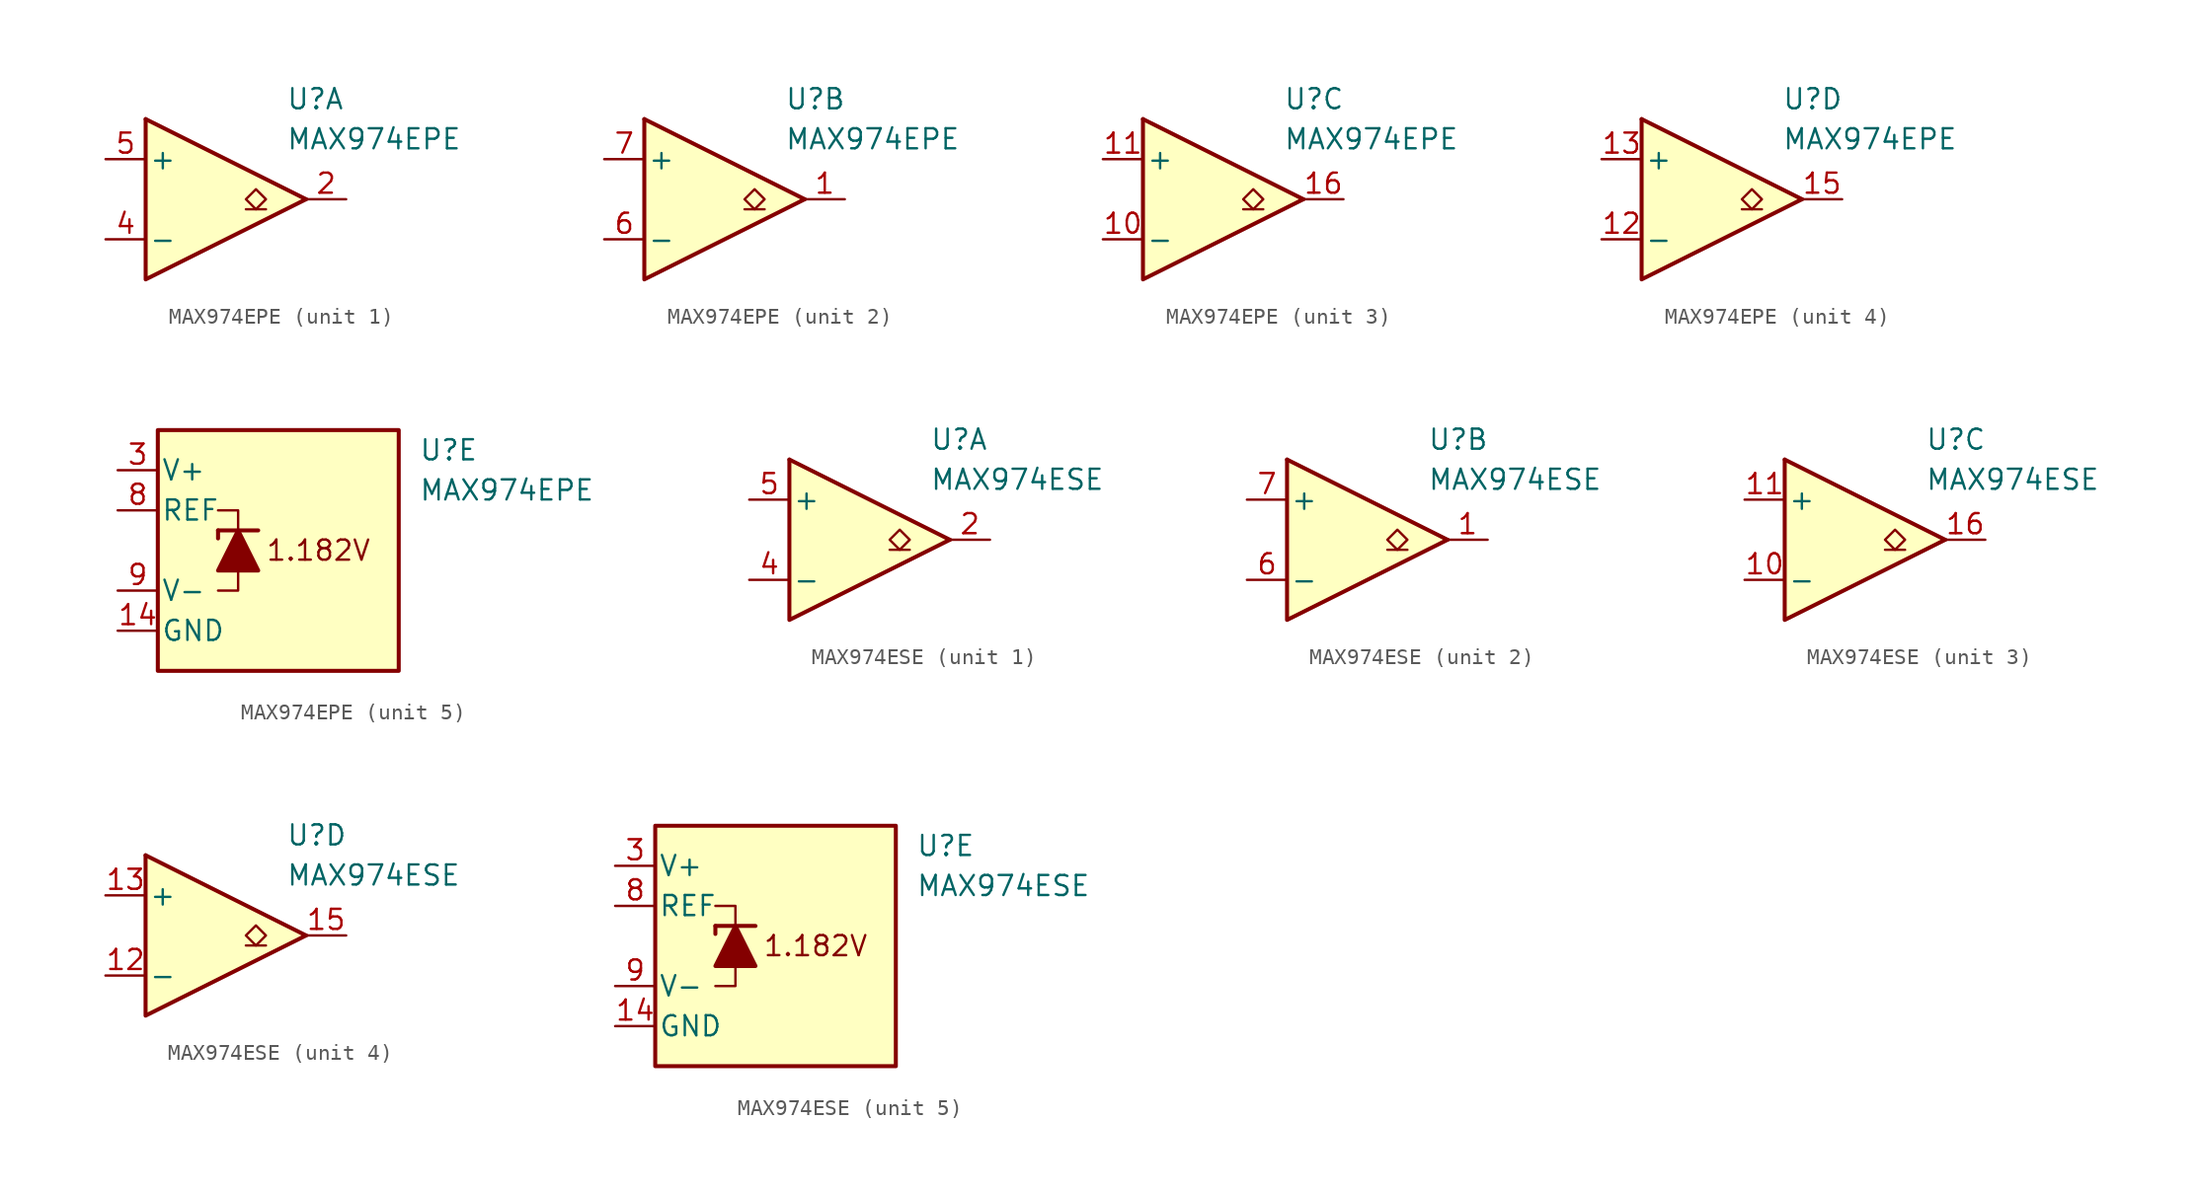
<source format=kicad_sym>
(kicad_symbol_lib
  (version 20211014)
  (generator kicad_symbol_editor)
  (symbol "MAX974EPE"
    (pin_names
      (offset 0.2))
    (property "Reference" "U"
      (at 5.08 6.35 0)
      (effects (font (size 1.27 1.27)) (justify left)))
    (property "Value" "MAX974EPE"
      (at 5.08 3.81 0)
      (effects (font (size 1.27 1.27)) (justify left)))
    (property "ki_locked" ""
      (at 0 0 0)
      (effects (font (size 1.27 1.27))))
    (symbol "MAX974EPE_1_1"
      (polyline (pts (xy -3.81 5.08) (xy 6.35 0)) (stroke (width 0.254) (type default) (color 0 0 0 0)) (fill (type none)))
      (polyline (pts (xy 3.81 -0.635) (xy 2.54 -0.635)) (stroke (width 0.152) (type default) (color 0 0 0 0)) (fill (type none)))
      (polyline (pts (xy -3.81 5.08) (xy -3.81 -5.08) (xy 6.35 0)) (stroke (width 0.254) (type default) (color 0 0 0 0)) (fill (type background)))
      (polyline (pts (xy 3.175 -0.635) (xy 2.54 0) (xy 3.175 0.635) (xy 3.81 0) (xy 3.175 -0.635)) (stroke (width 0.152) (type default) (color 0 0 0 0)) (fill (type none)))
      (pin output line (at 8.89 0 180) (length 2.54) (name "~" (effects (font (size 1.27 1.27)))) (number "2" (effects (font (size 1.27 1.27)))))
      (pin input line (at -6.35 -2.54 0) (length 2.54) (name "-" (effects (font (size 1.27 1.27)))) (number "4" (effects (font (size 1.27 1.27)))))
      (pin input line (at -6.35 2.54 0) (length 2.54) (name "+" (effects (font (size 1.27 1.27)))) (number "5" (effects (font (size 1.27 1.27))))))
    (symbol "MAX974EPE_2_1"
      (polyline (pts (xy -3.81 5.08) (xy 6.35 0)) (stroke (width 0.254) (type default) (color 0 0 0 0)) (fill (type none)))
      (polyline (pts (xy 3.81 -0.635) (xy 2.54 -0.635)) (stroke (width 0.152) (type default) (color 0 0 0 0)) (fill (type none)))
      (polyline (pts (xy -3.81 5.08) (xy -3.81 -5.08) (xy 6.35 0)) (stroke (width 0.254) (type default) (color 0 0 0 0)) (fill (type background)))
      (polyline (pts (xy 3.175 -0.635) (xy 2.54 0) (xy 3.175 0.635) (xy 3.81 0) (xy 3.175 -0.635)) (stroke (width 0.152) (type default) (color 0 0 0 0)) (fill (type none)))
      (pin output line (at 8.89 0 180) (length 2.54) (name "~" (effects (font (size 1.27 1.27)))) (number "1" (effects (font (size 1.27 1.27)))))
      (pin input line (at -6.35 -2.54 0) (length 2.54) (name "-" (effects (font (size 1.27 1.27)))) (number "6" (effects (font (size 1.27 1.27)))))
      (pin input line (at -6.35 2.54 0) (length 2.54) (name "+" (effects (font (size 1.27 1.27)))) (number "7" (effects (font (size 1.27 1.27))))))
    (symbol "MAX974EPE_3_1"
      (polyline (pts (xy -3.81 5.08) (xy 6.35 0)) (stroke (width 0.254) (type default) (color 0 0 0 0)) (fill (type none)))
      (polyline (pts (xy 3.81 -0.635) (xy 2.54 -0.635)) (stroke (width 0.152) (type default) (color 0 0 0 0)) (fill (type none)))
      (polyline (pts (xy -3.81 5.08) (xy -3.81 -5.08) (xy 6.35 0)) (stroke (width 0.254) (type default) (color 0 0 0 0)) (fill (type background)))
      (polyline (pts (xy 3.175 -0.635) (xy 2.54 0) (xy 3.175 0.635) (xy 3.81 0) (xy 3.175 -0.635)) (stroke (width 0.152) (type default) (color 0 0 0 0)) (fill (type none)))
      (pin input line (at -6.35 -2.54 0) (length 2.54) (name "-" (effects (font (size 1.27 1.27)))) (number "10" (effects (font (size 1.27 1.27)))))
      (pin input line (at -6.35 2.54 0) (length 2.54) (name "+" (effects (font (size 1.27 1.27)))) (number "11" (effects (font (size 1.27 1.27)))))
      (pin output line (at 8.89 0 180) (length 2.54) (name "~" (effects (font (size 1.27 1.27)))) (number "16" (effects (font (size 1.27 1.27))))))
    (symbol "MAX974EPE_4_1"
      (polyline (pts (xy -3.81 5.08) (xy 6.35 0)) (stroke (width 0.254) (type default) (color 0 0 0 0)) (fill (type none)))
      (polyline (pts (xy 3.81 -0.635) (xy 2.54 -0.635)) (stroke (width 0.152) (type default) (color 0 0 0 0)) (fill (type none)))
      (polyline (pts (xy -3.81 5.08) (xy -3.81 -5.08) (xy 6.35 0)) (stroke (width 0.254) (type default) (color 0 0 0 0)) (fill (type background)))
      (polyline (pts (xy 3.175 -0.635) (xy 2.54 0) (xy 3.175 0.635) (xy 3.81 0) (xy 3.175 -0.635)) (stroke (width 0.152) (type default) (color 0 0 0 0)) (fill (type none)))
      (pin input line (at -6.35 -2.54 0) (length 2.54) (name "-" (effects (font (size 1.27 1.27)))) (number "12" (effects (font (size 1.27 1.27)))))
      (pin input line (at -6.35 2.54 0) (length 2.54) (name "+" (effects (font (size 1.27 1.27)))) (number "13" (effects (font (size 1.27 1.27)))))
      (pin output line (at 8.89 0 180) (length 2.54) (name "~" (effects (font (size 1.27 1.27)))) (number "15" (effects (font (size 1.27 1.27))))))
    (symbol "MAX974EPE_5_0"
      (text "1.182V" (at -1.27 0 0) (effects (font (size 1.27 1.27)))))
    (symbol "MAX974EPE_5_1"
      (rectangle (start -11.43 7.62) (end 3.81 -7.62) (stroke (width 0.254) (type default) (color 0 0 0 0)) (fill (type background)))
      (polyline (pts (xy -7.62 1.27) (xy -7.62 0.762)) (stroke (width 0.254) (type default) (color 0 0 0 0)) (fill (type none)))
      (polyline (pts (xy -7.62 1.27) (xy -5.08 1.27)) (stroke (width 0.254) (type default) (color 0 0 0 0)) (fill (type none)))
      (polyline (pts (xy -6.35 -1.27) (xy -6.35 -2.54) (xy -7.62 -2.54)) (stroke (width 0) (type default) (color 0 0 0 0)) (fill (type none)))
      (polyline (pts (xy -6.35 1.27) (xy -6.35 2.54) (xy -7.62 2.54)) (stroke (width 0) (type default) (color 0 0 0 0)) (fill (type none)))
      (polyline (pts (xy -5.08 -1.27) (xy -7.62 -1.27) (xy -6.35 1.27) (xy -5.08 -1.27)) (stroke (width 0.254) (type default) (color 0 0 0 0)) (fill (type outline)))
      (pin power_in line (at -13.97 -5.08 0) (length 2.54) (name "GND" (effects (font (size 1.27 1.27)))) (number "14" (effects (font (size 1.27 1.27)))))
      (pin power_in line (at -13.97 5.08 0) (length 2.54) (name "V+" (effects (font (size 1.27 1.27)))) (number "3" (effects (font (size 1.27 1.27)))))
      (pin output line (at -13.97 2.54 0) (length 2.54) (name "REF" (effects (font (size 1.27 1.27)))) (number "8" (effects (font (size 1.27 1.27)))))
      (pin power_in line (at -13.97 -2.54 0) (length 2.54) (name "V-" (effects (font (size 1.27 1.27)))) (number "9" (effects (font (size 1.27 1.27)))))))
  (symbol "MAX974ESE"
    (pin_names
      (offset 0.2))
    (property "Reference" "U"
      (at 5.08 6.35 0)
      (effects (font (size 1.27 1.27)) (justify left)))
    (property "Value" "MAX974ESE"
      (at 5.08 3.81 0)
      (effects (font (size 1.27 1.27)) (justify left)))
    (property "ki_locked" ""
      (at 0 0 0)
      (effects (font (size 1.27 1.27))))
    (symbol "MAX974ESE_1_1"
      (polyline (pts (xy -3.81 5.08) (xy 6.35 0)) (stroke (width 0.254) (type default) (color 0 0 0 0)) (fill (type none)))
      (polyline (pts (xy 3.81 -0.635) (xy 2.54 -0.635)) (stroke (width 0.152) (type default) (color 0 0 0 0)) (fill (type none)))
      (polyline (pts (xy -3.81 5.08) (xy -3.81 -5.08) (xy 6.35 0)) (stroke (width 0.254) (type default) (color 0 0 0 0)) (fill (type background)))
      (polyline (pts (xy 3.175 -0.635) (xy 2.54 0) (xy 3.175 0.635) (xy 3.81 0) (xy 3.175 -0.635)) (stroke (width 0.152) (type default) (color 0 0 0 0)) (fill (type none)))
      (pin output line (at 8.89 0 180) (length 2.54) (name "~" (effects (font (size 1.27 1.27)))) (number "2" (effects (font (size 1.27 1.27)))))
      (pin input line (at -6.35 -2.54 0) (length 2.54) (name "-" (effects (font (size 1.27 1.27)))) (number "4" (effects (font (size 1.27 1.27)))))
      (pin input line (at -6.35 2.54 0) (length 2.54) (name "+" (effects (font (size 1.27 1.27)))) (number "5" (effects (font (size 1.27 1.27))))))
    (symbol "MAX974ESE_2_1"
      (polyline (pts (xy -3.81 5.08) (xy 6.35 0)) (stroke (width 0.254) (type default) (color 0 0 0 0)) (fill (type none)))
      (polyline (pts (xy 3.81 -0.635) (xy 2.54 -0.635)) (stroke (width 0.152) (type default) (color 0 0 0 0)) (fill (type none)))
      (polyline (pts (xy -3.81 5.08) (xy -3.81 -5.08) (xy 6.35 0)) (stroke (width 0.254) (type default) (color 0 0 0 0)) (fill (type background)))
      (polyline (pts (xy 3.175 -0.635) (xy 2.54 0) (xy 3.175 0.635) (xy 3.81 0) (xy 3.175 -0.635)) (stroke (width 0.152) (type default) (color 0 0 0 0)) (fill (type none)))
      (pin output line (at 8.89 0 180) (length 2.54) (name "~" (effects (font (size 1.27 1.27)))) (number "1" (effects (font (size 1.27 1.27)))))
      (pin input line (at -6.35 -2.54 0) (length 2.54) (name "-" (effects (font (size 1.27 1.27)))) (number "6" (effects (font (size 1.27 1.27)))))
      (pin input line (at -6.35 2.54 0) (length 2.54) (name "+" (effects (font (size 1.27 1.27)))) (number "7" (effects (font (size 1.27 1.27))))))
    (symbol "MAX974ESE_3_1"
      (polyline (pts (xy -3.81 5.08) (xy 6.35 0)) (stroke (width 0.254) (type default) (color 0 0 0 0)) (fill (type none)))
      (polyline (pts (xy 3.81 -0.635) (xy 2.54 -0.635)) (stroke (width 0.152) (type default) (color 0 0 0 0)) (fill (type none)))
      (polyline (pts (xy -3.81 5.08) (xy -3.81 -5.08) (xy 6.35 0)) (stroke (width 0.254) (type default) (color 0 0 0 0)) (fill (type background)))
      (polyline (pts (xy 3.175 -0.635) (xy 2.54 0) (xy 3.175 0.635) (xy 3.81 0) (xy 3.175 -0.635)) (stroke (width 0.152) (type default) (color 0 0 0 0)) (fill (type none)))
      (pin input line (at -6.35 -2.54 0) (length 2.54) (name "-" (effects (font (size 1.27 1.27)))) (number "10" (effects (font (size 1.27 1.27)))))
      (pin input line (at -6.35 2.54 0) (length 2.54) (name "+" (effects (font (size 1.27 1.27)))) (number "11" (effects (font (size 1.27 1.27)))))
      (pin output line (at 8.89 0 180) (length 2.54) (name "~" (effects (font (size 1.27 1.27)))) (number "16" (effects (font (size 1.27 1.27))))))
    (symbol "MAX974ESE_4_1"
      (polyline (pts (xy -3.81 5.08) (xy 6.35 0)) (stroke (width 0.254) (type default) (color 0 0 0 0)) (fill (type none)))
      (polyline (pts (xy 3.81 -0.635) (xy 2.54 -0.635)) (stroke (width 0.152) (type default) (color 0 0 0 0)) (fill (type none)))
      (polyline (pts (xy -3.81 5.08) (xy -3.81 -5.08) (xy 6.35 0)) (stroke (width 0.254) (type default) (color 0 0 0 0)) (fill (type background)))
      (polyline (pts (xy 3.175 -0.635) (xy 2.54 0) (xy 3.175 0.635) (xy 3.81 0) (xy 3.175 -0.635)) (stroke (width 0.152) (type default) (color 0 0 0 0)) (fill (type none)))
      (pin input line (at -6.35 -2.54 0) (length 2.54) (name "-" (effects (font (size 1.27 1.27)))) (number "12" (effects (font (size 1.27 1.27)))))
      (pin input line (at -6.35 2.54 0) (length 2.54) (name "+" (effects (font (size 1.27 1.27)))) (number "13" (effects (font (size 1.27 1.27)))))
      (pin output line (at 8.89 0 180) (length 2.54) (name "~" (effects (font (size 1.27 1.27)))) (number "15" (effects (font (size 1.27 1.27))))))
    (symbol "MAX974ESE_5_0"
      (text "1.182V" (at -1.27 0 0) (effects (font (size 1.27 1.27)))))
    (symbol "MAX974ESE_5_1"
      (rectangle (start -11.43 7.62) (end 3.81 -7.62) (stroke (width 0.254) (type default) (color 0 0 0 0)) (fill (type background)))
      (polyline (pts (xy -7.62 1.27) (xy -7.62 0.762)) (stroke (width 0.254) (type default) (color 0 0 0 0)) (fill (type none)))
      (polyline (pts (xy -7.62 1.27) (xy -5.08 1.27)) (stroke (width 0.254) (type default) (color 0 0 0 0)) (fill (type none)))
      (polyline (pts (xy -6.35 -1.27) (xy -6.35 -2.54) (xy -7.62 -2.54)) (stroke (width 0) (type default) (color 0 0 0 0)) (fill (type none)))
      (polyline (pts (xy -6.35 1.27) (xy -6.35 2.54) (xy -7.62 2.54)) (stroke (width 0) (type default) (color 0 0 0 0)) (fill (type none)))
      (polyline (pts (xy -5.08 -1.27) (xy -7.62 -1.27) (xy -6.35 1.27) (xy -5.08 -1.27)) (stroke (width 0.254) (type default) (color 0 0 0 0)) (fill (type outline)))
      (pin power_in line (at -13.97 -5.08 0) (length 2.54) (name "GND" (effects (font (size 1.27 1.27)))) (number "14" (effects (font (size 1.27 1.27)))))
      (pin power_in line (at -13.97 5.08 0) (length 2.54) (name "V+" (effects (font (size 1.27 1.27)))) (number "3" (effects (font (size 1.27 1.27)))))
      (pin output line (at -13.97 2.54 0) (length 2.54) (name "REF" (effects (font (size 1.27 1.27)))) (number "8" (effects (font (size 1.27 1.27)))))
      (pin power_in line (at -13.97 -2.54 0) (length 2.54) (name "V-" (effects (font (size 1.27 1.27)))) (number "9" (effects (font (size 1.27 1.27))))))))
</source>
